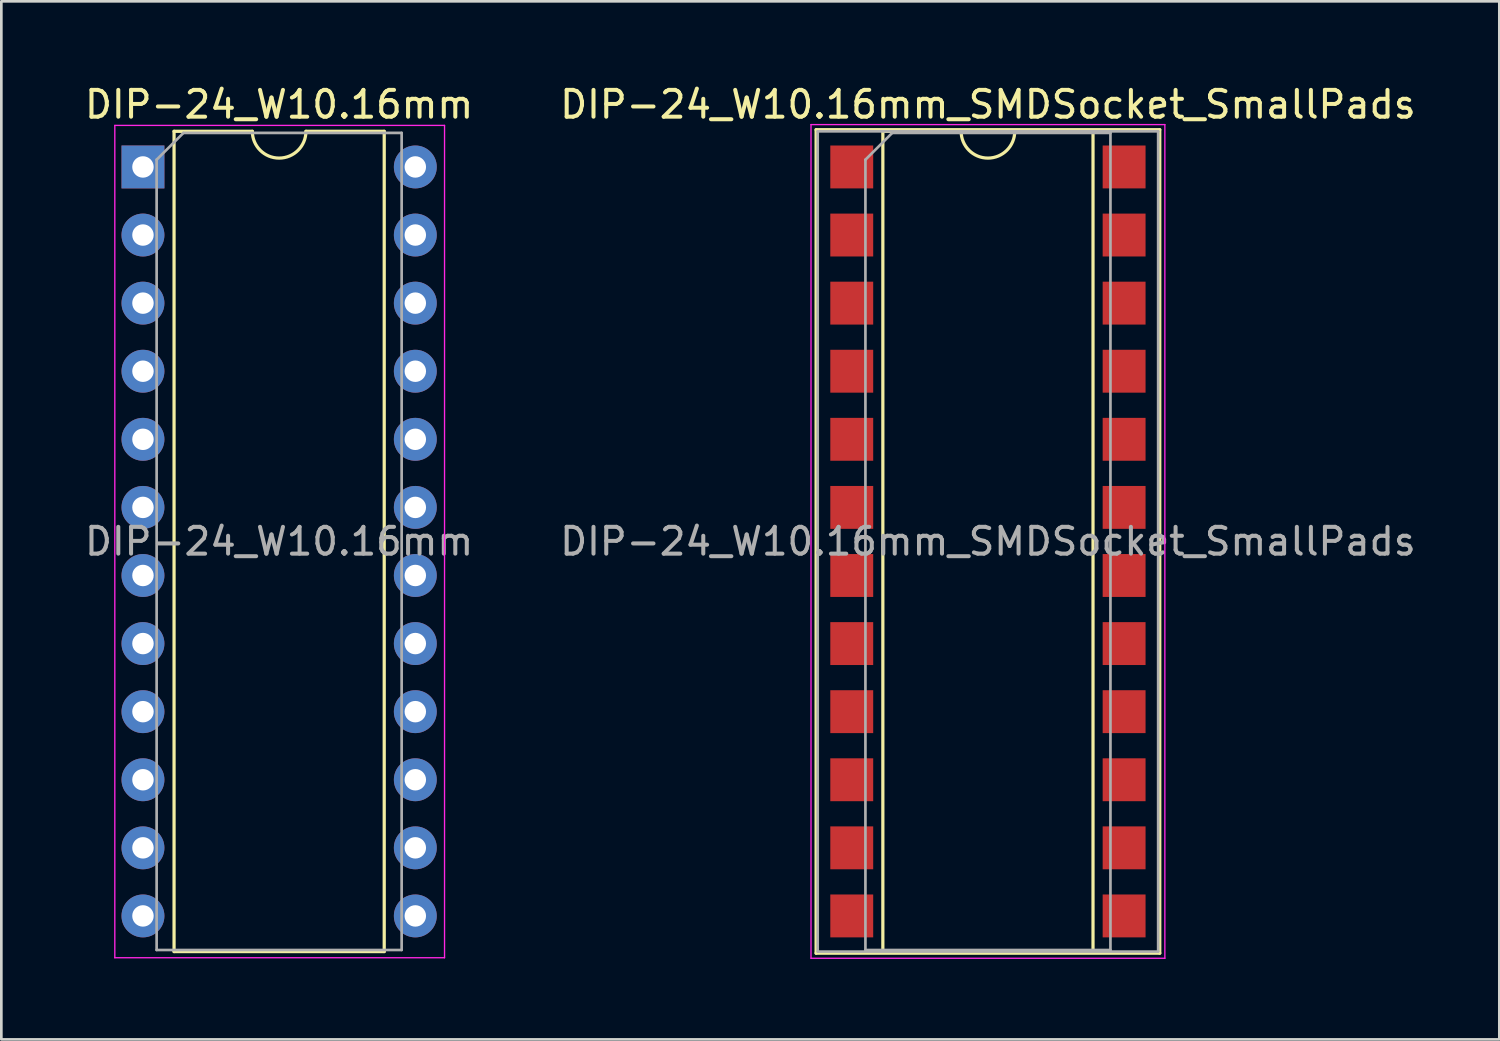
<source format=kicad_pcb>
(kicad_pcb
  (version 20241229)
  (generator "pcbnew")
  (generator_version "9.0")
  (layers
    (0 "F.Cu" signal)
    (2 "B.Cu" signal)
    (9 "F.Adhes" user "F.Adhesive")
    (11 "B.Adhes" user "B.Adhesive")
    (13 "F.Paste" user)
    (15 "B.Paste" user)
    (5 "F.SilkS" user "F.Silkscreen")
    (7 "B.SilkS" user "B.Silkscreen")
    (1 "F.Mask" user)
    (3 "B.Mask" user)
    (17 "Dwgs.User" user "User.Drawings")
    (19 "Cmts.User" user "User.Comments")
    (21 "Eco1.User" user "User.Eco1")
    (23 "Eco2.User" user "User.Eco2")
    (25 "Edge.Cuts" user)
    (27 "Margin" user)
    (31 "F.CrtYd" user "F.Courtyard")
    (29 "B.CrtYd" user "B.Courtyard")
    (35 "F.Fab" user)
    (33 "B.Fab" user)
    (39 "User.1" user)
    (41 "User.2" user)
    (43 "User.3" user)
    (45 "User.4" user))
  (footprint "DIP-24_W10.16mm_SMDSocket_SmallPads"
    (layer "F.Cu")
    (at 33.804 17.148)
    (property "Reference" "DIP-24_W10.16mm_SMDSocket_SmallPads" (at 0 -16.3 0) (layer "F.SilkS") (effects (font (size 1 1) (thickness 0.15))))
    (attr smd)
    (fp_line (start -6.41 -15.36) (end -6.41 15.36) (stroke (width 0.12) (type solid)) (layer "F.SilkS"))
    (fp_line (start -6.41 15.36) (end 6.41 15.36) (stroke (width 0.12) (type solid)) (layer "F.SilkS"))
    (fp_line (start -3.92 -15.3) (end -3.92 15.3) (stroke (width 0.12) (type solid)) (layer "F.SilkS"))
    (fp_line (start -3.92 15.3) (end 3.92 15.3) (stroke (width 0.12) (type solid)) (layer "F.SilkS"))
    (fp_line (start -1 -15.3) (end -3.92 -15.3) (stroke (width 0.12) (type solid)) (layer "F.SilkS"))
    (fp_line (start 3.92 -15.3) (end 1 -15.3) (stroke (width 0.12) (type solid)) (layer "F.SilkS"))
    (fp_line (start 3.92 15.3) (end 3.92 -15.3) (stroke (width 0.12) (type solid)) (layer "F.SilkS"))
    (fp_line (start 6.41 -15.36) (end -6.41 -15.36) (stroke (width 0.12) (type solid)) (layer "F.SilkS"))
    (fp_line (start 6.41 15.36) (end 6.41 -15.36) (stroke (width 0.12) (type solid)) (layer "F.SilkS"))
    (fp_arc (start 1 -15.3) (mid 0 -14.3) (end -1 -15.3) (stroke (width 0.12) (type solid)) (layer "F.SilkS"))
    (fp_line (start -6.6 -15.55) (end -6.6 15.55) (stroke (width 0.05) (type solid)) (layer "F.CrtYd"))
    (fp_line (start -6.6 15.55) (end 6.6 15.55) (stroke (width 0.05) (type solid)) (layer "F.CrtYd"))
    (fp_line (start 6.6 -15.55) (end -6.6 -15.55) (stroke (width 0.05) (type solid)) (layer "F.CrtYd"))
    (fp_line (start 6.6 15.55) (end 6.6 -15.55) (stroke (width 0.05) (type solid)) (layer "F.CrtYd"))
    (fp_line (start -6.35 -15.3) (end -6.35 15.3) (stroke (width 0.1) (type solid)) (layer "F.Fab"))
    (fp_line (start -6.35 15.3) (end 6.35 15.3) (stroke (width 0.1) (type solid)) (layer "F.Fab"))
    (fp_line (start -4.57 -14.24) (end -3.57 -15.24) (stroke (width 0.1) (type solid)) (layer "F.Fab"))
    (fp_line (start -4.57 15.24) (end -4.57 -14.24) (stroke (width 0.1) (type solid)) (layer "F.Fab"))
    (fp_line (start -3.57 -15.24) (end 4.57 -15.24) (stroke (width 0.1) (type solid)) (layer "F.Fab"))
    (fp_line (start 4.57 -15.24) (end 4.57 15.24) (stroke (width 0.1) (type solid)) (layer "F.Fab"))
    (fp_line (start 4.57 15.24) (end -4.57 15.24) (stroke (width 0.1) (type solid)) (layer "F.Fab"))
    (fp_line (start 6.35 -15.3) (end -6.35 -15.3) (stroke (width 0.1) (type solid)) (layer "F.Fab"))
    (fp_line (start 6.35 15.3) (end 6.35 -15.3) (stroke (width 0.1) (type solid)) (layer "F.Fab"))
    (fp_text user "${REFERENCE}" (at 0 0 0) (layer "F.Fab") (effects (font (size 1 1) (thickness 0.15))))
    (pad "1" smd rect (at -5.08 -13.97) (size 1.6 1.6) (layers "F.Cu" "F.Mask" "F.Paste"))
    (pad "2" smd rect (at -5.08 -11.43) (size 1.6 1.6) (layers "F.Cu" "F.Mask" "F.Paste"))
    (pad "3" smd rect (at -5.08 -8.89) (size 1.6 1.6) (layers "F.Cu" "F.Mask" "F.Paste"))
    (pad "4" smd rect (at -5.08 -6.35) (size 1.6 1.6) (layers "F.Cu" "F.Mask" "F.Paste"))
    (pad "5" smd rect (at -5.08 -3.81) (size 1.6 1.6) (layers "F.Cu" "F.Mask" "F.Paste"))
    (pad "6" smd rect (at -5.08 -1.27) (size 1.6 1.6) (layers "F.Cu" "F.Mask" "F.Paste"))
    (pad "7" smd rect (at -5.08 1.27) (size 1.6 1.6) (layers "F.Cu" "F.Mask" "F.Paste"))
    (pad "8" smd rect (at -5.08 3.81) (size 1.6 1.6) (layers "F.Cu" "F.Mask" "F.Paste"))
    (pad "9" smd rect (at -5.08 6.35) (size 1.6 1.6) (layers "F.Cu" "F.Mask" "F.Paste"))
    (pad "10" smd rect (at -5.08 8.89) (size 1.6 1.6) (layers "F.Cu" "F.Mask" "F.Paste"))
    (pad "11" smd rect (at -5.08 11.43) (size 1.6 1.6) (layers "F.Cu" "F.Mask" "F.Paste"))
    (pad "12" smd rect (at -5.08 13.97) (size 1.6 1.6) (layers "F.Cu" "F.Mask" "F.Paste"))
    (pad "13" smd rect (at 5.08 13.97) (size 1.6 1.6) (layers "F.Cu" "F.Mask" "F.Paste"))
    (pad "14" smd rect (at 5.08 11.43) (size 1.6 1.6) (layers "F.Cu" "F.Mask" "F.Paste"))
    (pad "15" smd rect (at 5.08 8.89) (size 1.6 1.6) (layers "F.Cu" "F.Mask" "F.Paste"))
    (pad "16" smd rect (at 5.08 6.35) (size 1.6 1.6) (layers "F.Cu" "F.Mask" "F.Paste"))
    (pad "17" smd rect (at 5.08 3.81) (size 1.6 1.6) (layers "F.Cu" "F.Mask" "F.Paste"))
    (pad "18" smd rect (at 5.08 1.27) (size 1.6 1.6) (layers "F.Cu" "F.Mask" "F.Paste"))
    (pad "19" smd rect (at 5.08 -1.27) (size 1.6 1.6) (layers "F.Cu" "F.Mask" "F.Paste"))
    (pad "20" smd rect (at 5.08 -3.81) (size 1.6 1.6) (layers "F.Cu" "F.Mask" "F.Paste"))
    (pad "21" smd rect (at 5.08 -6.35) (size 1.6 1.6) (layers "F.Cu" "F.Mask" "F.Paste"))
    (pad "22" smd rect (at 5.08 -8.89) (size 1.6 1.6) (layers "F.Cu" "F.Mask" "F.Paste"))
    (pad "23" smd rect (at 5.08 -11.43) (size 1.6 1.6) (layers "F.Cu" "F.Mask" "F.Paste"))
    (pad "24" smd rect (at 5.08 -13.97) (size 1.6 1.6) (layers "F.Cu" "F.Mask" "F.Paste")))
  (footprint "DIP-24_W10.16mm"
    (layer "F.Cu")
    (at 2.283 3.178)
    (property "Reference" "DIP-24_W10.16mm" (at 5.08 -2.33 0) (layer "F.SilkS") (effects (font (size 1 1) (thickness 0.15))))
    (attr through_hole)
    (fp_line (start 1.16 -1.33) (end 1.16 29.27) (stroke (width 0.12) (type solid)) (layer "F.SilkS"))
    (fp_line (start 1.16 29.27) (end 9 29.27) (stroke (width 0.12) (type solid)) (layer "F.SilkS"))
    (fp_line (start 4.08 -1.33) (end 1.16 -1.33) (stroke (width 0.12) (type solid)) (layer "F.SilkS"))
    (fp_line (start 9 -1.33) (end 6.08 -1.33) (stroke (width 0.12) (type solid)) (layer "F.SilkS"))
    (fp_line (start 9 29.27) (end 9 -1.33) (stroke (width 0.12) (type solid)) (layer "F.SilkS"))
    (fp_arc (start 6.08 -1.33) (mid 5.08 -0.33) (end 4.08 -1.33) (stroke (width 0.12) (type solid)) (layer "F.SilkS"))
    (fp_line (start -1.05 -1.55) (end -1.05 29.5) (stroke (width 0.05) (type solid)) (layer "F.CrtYd"))
    (fp_line (start -1.05 29.5) (end 11.25 29.5) (stroke (width 0.05) (type solid)) (layer "F.CrtYd"))
    (fp_line (start 11.25 -1.55) (end -1.05 -1.55) (stroke (width 0.05) (type solid)) (layer "F.CrtYd"))
    (fp_line (start 11.25 29.5) (end 11.25 -1.55) (stroke (width 0.05) (type solid)) (layer "F.CrtYd"))
    (fp_line (start 0.51 -0.27) (end 1.51 -1.27) (stroke (width 0.1) (type solid)) (layer "F.Fab"))
    (fp_line (start 0.51 29.21) (end 0.51 -0.27) (stroke (width 0.1) (type solid)) (layer "F.Fab"))
    (fp_line (start 1.51 -1.27) (end 9.65 -1.27) (stroke (width 0.1) (type solid)) (layer "F.Fab"))
    (fp_line (start 9.65 -1.27) (end 9.65 29.21) (stroke (width 0.1) (type solid)) (layer "F.Fab"))
    (fp_line (start 9.65 29.21) (end 0.51 29.21) (stroke (width 0.1) (type solid)) (layer "F.Fab"))
    (fp_text user "${REFERENCE}" (at 5.08 13.97 0) (layer "F.Fab") (effects (font (size 1 1) (thickness 0.15))))
    (pad "1" thru_hole rect (at 0 0) (size 1.6 1.6) (drill 0.8) (layers "*.Cu" "*.Mask"))
    (pad "2" thru_hole oval (at 0 2.54) (size 1.6 1.6) (drill 0.8) (layers "*.Cu" "*.Mask"))
    (pad "3" thru_hole oval (at 0 5.08) (size 1.6 1.6) (drill 0.8) (layers "*.Cu" "*.Mask"))
    (pad "4" thru_hole oval (at 0 7.62) (size 1.6 1.6) (drill 0.8) (layers "*.Cu" "*.Mask"))
    (pad "5" thru_hole oval (at 0 10.16) (size 1.6 1.6) (drill 0.8) (layers "*.Cu" "*.Mask"))
    (pad "6" thru_hole oval (at 0 12.7) (size 1.6 1.6) (drill 0.8) (layers "*.Cu" "*.Mask"))
    (pad "7" thru_hole oval (at 0 15.24) (size 1.6 1.6) (drill 0.8) (layers "*.Cu" "*.Mask"))
    (pad "8" thru_hole oval (at 0 17.78) (size 1.6 1.6) (drill 0.8) (layers "*.Cu" "*.Mask"))
    (pad "9" thru_hole oval (at 0 20.32) (size 1.6 1.6) (drill 0.8) (layers "*.Cu" "*.Mask"))
    (pad "10" thru_hole oval (at 0 22.86) (size 1.6 1.6) (drill 0.8) (layers "*.Cu" "*.Mask"))
    (pad "11" thru_hole oval (at 0 25.4) (size 1.6 1.6) (drill 0.8) (layers "*.Cu" "*.Mask"))
    (pad "12" thru_hole oval (at 0 27.94) (size 1.6 1.6) (drill 0.8) (layers "*.Cu" "*.Mask"))
    (pad "13" thru_hole oval (at 10.16 27.94) (size 1.6 1.6) (drill 0.8) (layers "*.Cu" "*.Mask"))
    (pad "14" thru_hole oval (at 10.16 25.4) (size 1.6 1.6) (drill 0.8) (layers "*.Cu" "*.Mask"))
    (pad "15" thru_hole oval (at 10.16 22.86) (size 1.6 1.6) (drill 0.8) (layers "*.Cu" "*.Mask"))
    (pad "16" thru_hole oval (at 10.16 20.32) (size 1.6 1.6) (drill 0.8) (layers "*.Cu" "*.Mask"))
    (pad "17" thru_hole oval (at 10.16 17.78) (size 1.6 1.6) (drill 0.8) (layers "*.Cu" "*.Mask"))
    (pad "18" thru_hole oval (at 10.16 15.24) (size 1.6 1.6) (drill 0.8) (layers "*.Cu" "*.Mask"))
    (pad "19" thru_hole oval (at 10.16 12.7) (size 1.6 1.6) (drill 0.8) (layers "*.Cu" "*.Mask"))
    (pad "20" thru_hole oval (at 10.16 10.16) (size 1.6 1.6) (drill 0.8) (layers "*.Cu" "*.Mask"))
    (pad "21" thru_hole oval (at 10.16 7.62) (size 1.6 1.6) (drill 0.8) (layers "*.Cu" "*.Mask"))
    (pad "22" thru_hole oval (at 10.16 5.08) (size 1.6 1.6) (drill 0.8) (layers "*.Cu" "*.Mask"))
    (pad "23" thru_hole oval (at 10.16 2.54) (size 1.6 1.6) (drill 0.8) (layers "*.Cu" "*.Mask"))
    (pad "24" thru_hole oval (at 10.16 0) (size 1.6 1.6) (drill 0.8) (layers "*.Cu" "*.Mask")))
  (gr_rect
    (start -3 -3)
    (end 52.881 35.723)
    (stroke (width 0.1) (type default))
    (fill no)
    (layer "Edge.Cuts")))
</source>
